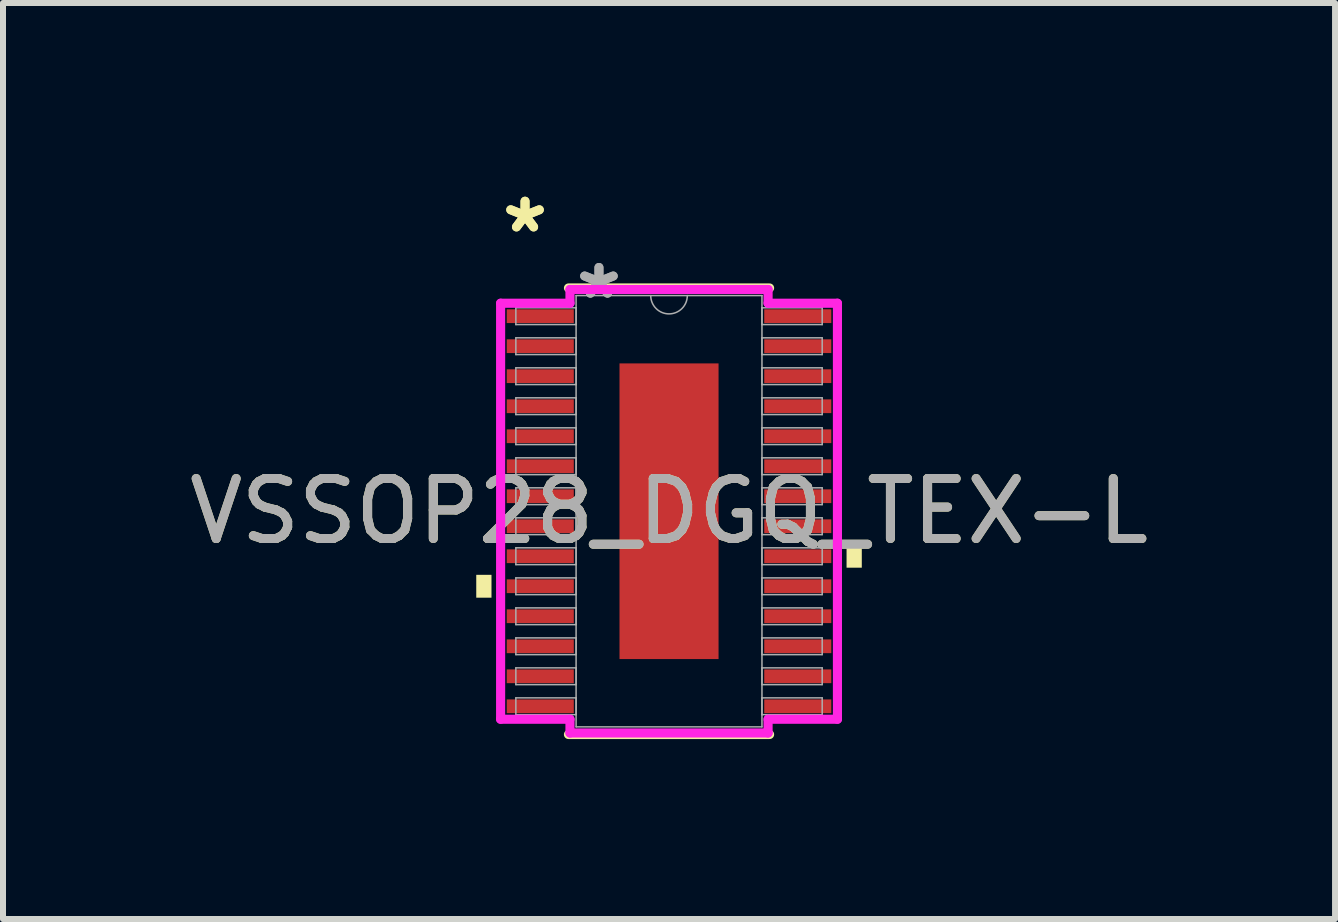
<source format=kicad_pcb>
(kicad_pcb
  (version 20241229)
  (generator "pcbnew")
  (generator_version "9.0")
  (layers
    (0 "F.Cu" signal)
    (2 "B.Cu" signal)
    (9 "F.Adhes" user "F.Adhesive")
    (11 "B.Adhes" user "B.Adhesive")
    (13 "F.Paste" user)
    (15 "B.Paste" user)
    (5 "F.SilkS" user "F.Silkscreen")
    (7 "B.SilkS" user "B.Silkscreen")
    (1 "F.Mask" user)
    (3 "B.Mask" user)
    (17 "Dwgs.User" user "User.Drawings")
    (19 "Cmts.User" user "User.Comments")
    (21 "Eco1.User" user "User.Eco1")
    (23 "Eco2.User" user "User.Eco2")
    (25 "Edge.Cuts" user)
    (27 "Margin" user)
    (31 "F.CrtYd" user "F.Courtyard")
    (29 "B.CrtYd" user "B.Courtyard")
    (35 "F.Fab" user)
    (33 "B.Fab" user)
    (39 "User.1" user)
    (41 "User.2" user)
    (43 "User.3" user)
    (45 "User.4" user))
  (footprint "VSSOP28_DGQ_TEX-L"
    (layer "F.Cu")
    (at 8.101 5.471)
    (property "Reference" "VSSOP28_DGQ_TEX-L" (at 0 0 0) (unlocked yes) (layer "F.SilkS") (effects (font (size 1 1) (thickness 0.15))))
    (attr smd)
    (fp_line (start -1.676 3.721) (end 1.676 3.721) (stroke (width 0.152) (type solid)) (layer "F.SilkS"))
    (fp_line (start 1.676 -3.721) (end -1.676 -3.721) (stroke (width 0.152) (type solid)) (layer "F.SilkS"))
    (fp_poly (pts (xy -3.213 1.06) (xy -3.213 1.441) (xy -2.959 1.441) (xy -2.959 1.06)) (stroke (width 0) (type solid)) (fill yes) (layer "F.SilkS"))
    (fp_poly (pts (xy 3.213 0.56) (xy 3.213 0.941) (xy 2.959 0.941) (xy 2.959 0.56)) (stroke (width 0) (type solid)) (fill yes) (layer "F.SilkS"))
    (fp_poly (pts (xy -0.726 -2.364) (xy -0.726 -0.921) (xy 0.726 -0.921) (xy 0.726 -2.364)) (stroke (width 0) (type solid)) (fill yes) (layer "F.Paste"))
    (fp_poly (pts (xy -0.726 -0.721) (xy -0.726 0.721) (xy 0.726 0.721) (xy 0.726 -0.721)) (stroke (width 0) (type solid)) (fill yes) (layer "F.Paste"))
    (fp_poly (pts (xy -0.726 0.921) (xy -0.726 2.364) (xy 0.726 2.364) (xy 0.726 0.921)) (stroke (width 0) (type solid)) (fill yes) (layer "F.Paste"))
    (fp_line (start -2.807 -3.467) (end -1.651 -3.467) (stroke (width 0.152) (type solid)) (layer "F.CrtYd"))
    (fp_line (start -2.807 3.467) (end -2.807 -3.467) (stroke (width 0.152) (type solid)) (layer "F.CrtYd"))
    (fp_line (start -2.807 3.467) (end -1.651 3.467) (stroke (width 0.152) (type solid)) (layer "F.CrtYd"))
    (fp_line (start -1.651 -3.696) (end 1.651 -3.696) (stroke (width 0.152) (type solid)) (layer "F.CrtYd"))
    (fp_line (start -1.651 -3.467) (end -1.651 -3.696) (stroke (width 0.152) (type solid)) (layer "F.CrtYd"))
    (fp_line (start -1.651 3.696) (end -1.651 3.467) (stroke (width 0.152) (type solid)) (layer "F.CrtYd"))
    (fp_line (start 1.651 -3.696) (end 1.651 -3.467) (stroke (width 0.152) (type solid)) (layer "F.CrtYd"))
    (fp_line (start 1.651 3.467) (end 1.651 3.696) (stroke (width 0.152) (type solid)) (layer "F.CrtYd"))
    (fp_line (start 1.651 3.696) (end -1.651 3.696) (stroke (width 0.152) (type solid)) (layer "F.CrtYd"))
    (fp_line (start 2.807 -3.467) (end 1.651 -3.467) (stroke (width 0.152) (type solid)) (layer "F.CrtYd"))
    (fp_line (start 2.807 -3.467) (end 2.807 3.467) (stroke (width 0.152) (type solid)) (layer "F.CrtYd"))
    (fp_line (start 2.807 3.467) (end 1.651 3.467) (stroke (width 0.152) (type solid)) (layer "F.CrtYd"))
    (fp_line (start -2.553 -3.391) (end -2.553 -3.111) (stroke (width 0.025) (type solid)) (layer "F.Fab"))
    (fp_line (start -2.553 -3.111) (end -1.549 -3.111) (stroke (width 0.025) (type solid)) (layer "F.Fab"))
    (fp_line (start -2.553 -2.89) (end -2.553 -2.611) (stroke (width 0.025) (type solid)) (layer "F.Fab"))
    (fp_line (start -2.553 -2.611) (end -1.549 -2.611) (stroke (width 0.025) (type solid)) (layer "F.Fab"))
    (fp_line (start -2.553 -2.39) (end -2.553 -2.111) (stroke (width 0.025) (type solid)) (layer "F.Fab"))
    (fp_line (start -2.553 -2.111) (end -1.549 -2.111) (stroke (width 0.025) (type solid)) (layer "F.Fab"))
    (fp_line (start -2.553 -1.89) (end -2.553 -1.611) (stroke (width 0.025) (type solid)) (layer "F.Fab"))
    (fp_line (start -2.553 -1.611) (end -1.549 -1.611) (stroke (width 0.025) (type solid)) (layer "F.Fab"))
    (fp_line (start -2.553 -1.39) (end -2.553 -1.111) (stroke (width 0.025) (type solid)) (layer "F.Fab"))
    (fp_line (start -2.553 -1.111) (end -1.549 -1.111) (stroke (width 0.025) (type solid)) (layer "F.Fab"))
    (fp_line (start -2.553 -0.89) (end -2.553 -0.61) (stroke (width 0.025) (type solid)) (layer "F.Fab"))
    (fp_line (start -2.553 -0.61) (end -1.549 -0.61) (stroke (width 0.025) (type solid)) (layer "F.Fab"))
    (fp_line (start -2.553 -0.39) (end -2.553 -0.11) (stroke (width 0.025) (type solid)) (layer "F.Fab"))
    (fp_line (start -2.553 -0.11) (end -1.549 -0.11) (stroke (width 0.025) (type solid)) (layer "F.Fab"))
    (fp_line (start -2.553 0.11) (end -2.553 0.39) (stroke (width 0.025) (type solid)) (layer "F.Fab"))
    (fp_line (start -2.553 0.39) (end -1.549 0.39) (stroke (width 0.025) (type solid)) (layer "F.Fab"))
    (fp_line (start -2.553 0.61) (end -2.553 0.89) (stroke (width 0.025) (type solid)) (layer "F.Fab"))
    (fp_line (start -2.553 0.89) (end -1.549 0.89) (stroke (width 0.025) (type solid)) (layer "F.Fab"))
    (fp_line (start -2.553 1.111) (end -2.553 1.39) (stroke (width 0.025) (type solid)) (layer "F.Fab"))
    (fp_line (start -2.553 1.39) (end -1.549 1.39) (stroke (width 0.025) (type solid)) (layer "F.Fab"))
    (fp_line (start -2.553 1.611) (end -2.553 1.89) (stroke (width 0.025) (type solid)) (layer "F.Fab"))
    (fp_line (start -2.553 1.89) (end -1.549 1.89) (stroke (width 0.025) (type solid)) (layer "F.Fab"))
    (fp_line (start -2.553 2.111) (end -2.553 2.39) (stroke (width 0.025) (type solid)) (layer "F.Fab"))
    (fp_line (start -2.553 2.39) (end -1.549 2.39) (stroke (width 0.025) (type solid)) (layer "F.Fab"))
    (fp_line (start -2.553 2.611) (end -2.553 2.89) (stroke (width 0.025) (type solid)) (layer "F.Fab"))
    (fp_line (start -2.553 2.89) (end -1.549 2.89) (stroke (width 0.025) (type solid)) (layer "F.Fab"))
    (fp_line (start -2.553 3.111) (end -2.553 3.391) (stroke (width 0.025) (type solid)) (layer "F.Fab"))
    (fp_line (start -2.553 3.391) (end -1.549 3.391) (stroke (width 0.025) (type solid)) (layer "F.Fab"))
    (fp_line (start -1.549 -3.594) (end -1.549 3.594) (stroke (width 0.025) (type solid)) (layer "F.Fab"))
    (fp_line (start -1.549 -3.391) (end -2.553 -3.391) (stroke (width 0.025) (type solid)) (layer "F.Fab"))
    (fp_line (start -1.549 -3.111) (end -1.549 -3.391) (stroke (width 0.025) (type solid)) (layer "F.Fab"))
    (fp_line (start -1.549 -2.89) (end -2.553 -2.89) (stroke (width 0.025) (type solid)) (layer "F.Fab"))
    (fp_line (start -1.549 -2.611) (end -1.549 -2.89) (stroke (width 0.025) (type solid)) (layer "F.Fab"))
    (fp_line (start -1.549 -2.39) (end -2.553 -2.39) (stroke (width 0.025) (type solid)) (layer "F.Fab"))
    (fp_line (start -1.549 -2.111) (end -1.549 -2.39) (stroke (width 0.025) (type solid)) (layer "F.Fab"))
    (fp_line (start -1.549 -1.89) (end -2.553 -1.89) (stroke (width 0.025) (type solid)) (layer "F.Fab"))
    (fp_line (start -1.549 -1.611) (end -1.549 -1.89) (stroke (width 0.025) (type solid)) (layer "F.Fab"))
    (fp_line (start -1.549 -1.39) (end -2.553 -1.39) (stroke (width 0.025) (type solid)) (layer "F.Fab"))
    (fp_line (start -1.549 -1.111) (end -1.549 -1.39) (stroke (width 0.025) (type solid)) (layer "F.Fab"))
    (fp_line (start -1.549 -0.89) (end -2.553 -0.89) (stroke (width 0.025) (type solid)) (layer "F.Fab"))
    (fp_line (start -1.549 -0.61) (end -1.549 -0.89) (stroke (width 0.025) (type solid)) (layer "F.Fab"))
    (fp_line (start -1.549 -0.39) (end -2.553 -0.39) (stroke (width 0.025) (type solid)) (layer "F.Fab"))
    (fp_line (start -1.549 -0.11) (end -1.549 -0.39) (stroke (width 0.025) (type solid)) (layer "F.Fab"))
    (fp_line (start -1.549 0.11) (end -2.553 0.11) (stroke (width 0.025) (type solid)) (layer "F.Fab"))
    (fp_line (start -1.549 0.39) (end -1.549 0.11) (stroke (width 0.025) (type solid)) (layer "F.Fab"))
    (fp_line (start -1.549 0.61) (end -2.553 0.61) (stroke (width 0.025) (type solid)) (layer "F.Fab"))
    (fp_line (start -1.549 0.89) (end -1.549 0.61) (stroke (width 0.025) (type solid)) (layer "F.Fab"))
    (fp_line (start -1.549 1.111) (end -2.553 1.111) (stroke (width 0.025) (type solid)) (layer "F.Fab"))
    (fp_line (start -1.549 1.39) (end -1.549 1.111) (stroke (width 0.025) (type solid)) (layer "F.Fab"))
    (fp_line (start -1.549 1.611) (end -2.553 1.611) (stroke (width 0.025) (type solid)) (layer "F.Fab"))
    (fp_line (start -1.549 1.89) (end -1.549 1.611) (stroke (width 0.025) (type solid)) (layer "F.Fab"))
    (fp_line (start -1.549 2.111) (end -2.553 2.111) (stroke (width 0.025) (type solid)) (layer "F.Fab"))
    (fp_line (start -1.549 2.39) (end -1.549 2.111) (stroke (width 0.025) (type solid)) (layer "F.Fab"))
    (fp_line (start -1.549 2.611) (end -2.553 2.611) (stroke (width 0.025) (type solid)) (layer "F.Fab"))
    (fp_line (start -1.549 2.89) (end -1.549 2.611) (stroke (width 0.025) (type solid)) (layer "F.Fab"))
    (fp_line (start -1.549 3.111) (end -2.553 3.111) (stroke (width 0.025) (type solid)) (layer "F.Fab"))
    (fp_line (start -1.549 3.391) (end -1.549 3.111) (stroke (width 0.025) (type solid)) (layer "F.Fab"))
    (fp_line (start -1.549 3.594) (end 1.549 3.594) (stroke (width 0.025) (type solid)) (layer "F.Fab"))
    (fp_line (start 1.549 -3.594) (end -1.549 -3.594) (stroke (width 0.025) (type solid)) (layer "F.Fab"))
    (fp_line (start 1.549 -3.391) (end 1.549 -3.111) (stroke (width 0.025) (type solid)) (layer "F.Fab"))
    (fp_line (start 1.549 -3.111) (end 2.553 -3.111) (stroke (width 0.025) (type solid)) (layer "F.Fab"))
    (fp_line (start 1.549 -2.89) (end 1.549 -2.611) (stroke (width 0.025) (type solid)) (layer "F.Fab"))
    (fp_line (start 1.549 -2.611) (end 2.553 -2.611) (stroke (width 0.025) (type solid)) (layer "F.Fab"))
    (fp_line (start 1.549 -2.39) (end 1.549 -2.111) (stroke (width 0.025) (type solid)) (layer "F.Fab"))
    (fp_line (start 1.549 -2.111) (end 2.553 -2.111) (stroke (width 0.025) (type solid)) (layer "F.Fab"))
    (fp_line (start 1.549 -1.89) (end 1.549 -1.611) (stroke (width 0.025) (type solid)) (layer "F.Fab"))
    (fp_line (start 1.549 -1.611) (end 2.553 -1.611) (stroke (width 0.025) (type solid)) (layer "F.Fab"))
    (fp_line (start 1.549 -1.39) (end 1.549 -1.111) (stroke (width 0.025) (type solid)) (layer "F.Fab"))
    (fp_line (start 1.549 -1.111) (end 2.553 -1.111) (stroke (width 0.025) (type solid)) (layer "F.Fab"))
    (fp_line (start 1.549 -0.89) (end 1.549 -0.61) (stroke (width 0.025) (type solid)) (layer "F.Fab"))
    (fp_line (start 1.549 -0.61) (end 2.553 -0.61) (stroke (width 0.025) (type solid)) (layer "F.Fab"))
    (fp_line (start 1.549 -0.39) (end 1.549 -0.11) (stroke (width 0.025) (type solid)) (layer "F.Fab"))
    (fp_line (start 1.549 -0.11) (end 2.553 -0.11) (stroke (width 0.025) (type solid)) (layer "F.Fab"))
    (fp_line (start 1.549 0.11) (end 1.549 0.39) (stroke (width 0.025) (type solid)) (layer "F.Fab"))
    (fp_line (start 1.549 0.39) (end 2.553 0.39) (stroke (width 0.025) (type solid)) (layer "F.Fab"))
    (fp_line (start 1.549 0.61) (end 1.549 0.89) (stroke (width 0.025) (type solid)) (layer "F.Fab"))
    (fp_line (start 1.549 0.89) (end 2.553 0.89) (stroke (width 0.025) (type solid)) (layer "F.Fab"))
    (fp_line (start 1.549 1.111) (end 1.549 1.39) (stroke (width 0.025) (type solid)) (layer "F.Fab"))
    (fp_line (start 1.549 1.39) (end 2.553 1.39) (stroke (width 0.025) (type solid)) (layer "F.Fab"))
    (fp_line (start 1.549 1.611) (end 1.549 1.89) (stroke (width 0.025) (type solid)) (layer "F.Fab"))
    (fp_line (start 1.549 1.89) (end 2.553 1.89) (stroke (width 0.025) (type solid)) (layer "F.Fab"))
    (fp_line (start 1.549 2.111) (end 1.549 2.39) (stroke (width 0.025) (type solid)) (layer "F.Fab"))
    (fp_line (start 1.549 2.39) (end 2.553 2.39) (stroke (width 0.025) (type solid)) (layer "F.Fab"))
    (fp_line (start 1.549 2.611) (end 1.549 2.89) (stroke (width 0.025) (type solid)) (layer "F.Fab"))
    (fp_line (start 1.549 2.89) (end 2.553 2.89) (stroke (width 0.025) (type solid)) (layer "F.Fab"))
    (fp_line (start 1.549 3.111) (end 1.549 3.391) (stroke (width 0.025) (type solid)) (layer "F.Fab"))
    (fp_line (start 1.549 3.391) (end 2.553 3.391) (stroke (width 0.025) (type solid)) (layer "F.Fab"))
    (fp_line (start 1.549 3.594) (end 1.549 -3.594) (stroke (width 0.025) (type solid)) (layer "F.Fab"))
    (fp_line (start 2.553 -3.391) (end 1.549 -3.391) (stroke (width 0.025) (type solid)) (layer "F.Fab"))
    (fp_line (start 2.553 -3.111) (end 2.553 -3.391) (stroke (width 0.025) (type solid)) (layer "F.Fab"))
    (fp_line (start 2.553 -2.89) (end 1.549 -2.89) (stroke (width 0.025) (type solid)) (layer "F.Fab"))
    (fp_line (start 2.553 -2.611) (end 2.553 -2.89) (stroke (width 0.025) (type solid)) (layer "F.Fab"))
    (fp_line (start 2.553 -2.39) (end 1.549 -2.39) (stroke (width 0.025) (type solid)) (layer "F.Fab"))
    (fp_line (start 2.553 -2.111) (end 2.553 -2.39) (stroke (width 0.025) (type solid)) (layer "F.Fab"))
    (fp_line (start 2.553 -1.89) (end 1.549 -1.89) (stroke (width 0.025) (type solid)) (layer "F.Fab"))
    (fp_line (start 2.553 -1.611) (end 2.553 -1.89) (stroke (width 0.025) (type solid)) (layer "F.Fab"))
    (fp_line (start 2.553 -1.39) (end 1.549 -1.39) (stroke (width 0.025) (type solid)) (layer "F.Fab"))
    (fp_line (start 2.553 -1.111) (end 2.553 -1.39) (stroke (width 0.025) (type solid)) (layer "F.Fab"))
    (fp_line (start 2.553 -0.89) (end 1.549 -0.89) (stroke (width 0.025) (type solid)) (layer "F.Fab"))
    (fp_line (start 2.553 -0.61) (end 2.553 -0.89) (stroke (width 0.025) (type solid)) (layer "F.Fab"))
    (fp_line (start 2.553 -0.39) (end 1.549 -0.39) (stroke (width 0.025) (type solid)) (layer "F.Fab"))
    (fp_line (start 2.553 -0.11) (end 2.553 -0.39) (stroke (width 0.025) (type solid)) (layer "F.Fab"))
    (fp_line (start 2.553 0.11) (end 1.549 0.11) (stroke (width 0.025) (type solid)) (layer "F.Fab"))
    (fp_line (start 2.553 0.39) (end 2.553 0.11) (stroke (width 0.025) (type solid)) (layer "F.Fab"))
    (fp_line (start 2.553 0.61) (end 1.549 0.61) (stroke (width 0.025) (type solid)) (layer "F.Fab"))
    (fp_line (start 2.553 0.89) (end 2.553 0.61) (stroke (width 0.025) (type solid)) (layer "F.Fab"))
    (fp_line (start 2.553 1.111) (end 1.549 1.111) (stroke (width 0.025) (type solid)) (layer "F.Fab"))
    (fp_line (start 2.553 1.39) (end 2.553 1.111) (stroke (width 0.025) (type solid)) (layer "F.Fab"))
    (fp_line (start 2.553 1.611) (end 1.549 1.611) (stroke (width 0.025) (type solid)) (layer "F.Fab"))
    (fp_line (start 2.553 1.89) (end 2.553 1.611) (stroke (width 0.025) (type solid)) (layer "F.Fab"))
    (fp_line (start 2.553 2.111) (end 1.549 2.111) (stroke (width 0.025) (type solid)) (layer "F.Fab"))
    (fp_line (start 2.553 2.39) (end 2.553 2.111) (stroke (width 0.025) (type solid)) (layer "F.Fab"))
    (fp_line (start 2.553 2.611) (end 1.549 2.611) (stroke (width 0.025) (type solid)) (layer "F.Fab"))
    (fp_line (start 2.553 2.89) (end 2.553 2.611) (stroke (width 0.025) (type solid)) (layer "F.Fab"))
    (fp_line (start 2.553 3.111) (end 1.549 3.111) (stroke (width 0.025) (type solid)) (layer "F.Fab"))
    (fp_line (start 2.553 3.391) (end 2.553 3.111) (stroke (width 0.025) (type solid)) (layer "F.Fab"))
    (fp_arc (start 0.3048 -3.5941) (mid 0 -3.2893) (end -0.3048 -3.5941) (stroke (width 0.0254) (type solid)) (layer "F.Fab"))
    (fp_text user "*" (at -2.4 -4.622 0) (layer "F.SilkS") (effects (font (size 1 1) (thickness 0.15))))
    (fp_text user "*" (at -2.4 -4.622 0) (unlocked yes) (layer "F.SilkS") (effects (font (size 1 1) (thickness 0.15))))
    (fp_text user "*" (at -1.168 -3.518 0) (layer "F.Fab") (effects (font (size 1 1) (thickness 0.15))))
    (fp_text user "*" (at -1.168 -3.518 0) (unlocked yes) (layer "F.Fab") (effects (font (size 1 1) (thickness 0.15))))
    (fp_text user "${REFERENCE}" (at 0 0 0) (unlocked yes) (layer "F.Fab") (effects (font (size 1 1) (thickness 0.15))))
    (pad "1" smd rect (at -2.146 -3.251) (size 1.118 0.229) (layers "F.Cu" "F.Mask" "F.Paste"))
    (pad "2" smd rect (at -2.146 -2.751) (size 1.118 0.229) (layers "F.Cu" "F.Mask" "F.Paste"))
    (pad "3" smd rect (at -2.146 -2.251) (size 1.118 0.229) (layers "F.Cu" "F.Mask" "F.Paste"))
    (pad "4" smd rect (at -2.146 -1.75) (size 1.118 0.229) (layers "F.Cu" "F.Mask" "F.Paste"))
    (pad "5" smd rect (at -2.146 -1.25) (size 1.118 0.229) (layers "F.Cu" "F.Mask" "F.Paste"))
    (pad "6" smd rect (at -2.146 -0.75) (size 1.118 0.229) (layers "F.Cu" "F.Mask" "F.Paste"))
    (pad "7" smd rect (at -2.146 -0.25) (size 1.118 0.229) (layers "F.Cu" "F.Mask" "F.Paste"))
    (pad "8" smd rect (at -2.146 0.25) (size 1.118 0.229) (layers "F.Cu" "F.Mask" "F.Paste"))
    (pad "9" smd rect (at -2.146 0.75) (size 1.118 0.229) (layers "F.Cu" "F.Mask" "F.Paste"))
    (pad "10" smd rect (at -2.146 1.25) (size 1.118 0.229) (layers "F.Cu" "F.Mask" "F.Paste"))
    (pad "11" smd rect (at -2.146 1.75) (size 1.118 0.229) (layers "F.Cu" "F.Mask" "F.Paste"))
    (pad "12" smd rect (at -2.146 2.251) (size 1.118 0.229) (layers "F.Cu" "F.Mask" "F.Paste"))
    (pad "13" smd rect (at -2.146 2.751) (size 1.118 0.229) (layers "F.Cu" "F.Mask" "F.Paste"))
    (pad "14" smd rect (at -2.146 3.251) (size 1.118 0.229) (layers "F.Cu" "F.Mask" "F.Paste"))
    (pad "15" smd rect (at 2.146 3.251) (size 1.118 0.229) (layers "F.Cu" "F.Mask" "F.Paste"))
    (pad "16" smd rect (at 2.146 2.751) (size 1.118 0.229) (layers "F.Cu" "F.Mask" "F.Paste"))
    (pad "17" smd rect (at 2.146 2.251) (size 1.118 0.229) (layers "F.Cu" "F.Mask" "F.Paste"))
    (pad "18" smd rect (at 2.146 1.75) (size 1.118 0.229) (layers "F.Cu" "F.Mask" "F.Paste"))
    (pad "19" smd rect (at 2.146 1.25) (size 1.118 0.229) (layers "F.Cu" "F.Mask" "F.Paste"))
    (pad "20" smd rect (at 2.146 0.75) (size 1.118 0.229) (layers "F.Cu" "F.Mask" "F.Paste"))
    (pad "21" smd rect (at 2.146 0.25) (size 1.118 0.229) (layers "F.Cu" "F.Mask" "F.Paste"))
    (pad "22" smd rect (at 2.146 -0.25) (size 1.118 0.229) (layers "F.Cu" "F.Mask" "F.Paste"))
    (pad "23" smd rect (at 2.146 -0.75) (size 1.118 0.229) (layers "F.Cu" "F.Mask" "F.Paste"))
    (pad "24" smd rect (at 2.146 -1.25) (size 1.118 0.229) (layers "F.Cu" "F.Mask" "F.Paste"))
    (pad "25" smd rect (at 2.146 -1.75) (size 1.118 0.229) (layers "F.Cu" "F.Mask" "F.Paste"))
    (pad "26" smd rect (at 2.146 -2.251) (size 1.118 0.229) (layers "F.Cu" "F.Mask" "F.Paste"))
    (pad "27" smd rect (at 2.146 -2.751) (size 1.118 0.229) (layers "F.Cu" "F.Mask" "F.Paste"))
    (pad "28" smd rect (at 2.146 -3.251) (size 1.118 0.229) (layers "F.Cu" "F.Mask" "F.Paste"))
    (pad "EPAD" smd rect (at 0 0) (size 1.651 4.928) (layers "F.Cu" "F.Mask")))
  (gr_rect
    (start -3 -3)
    (end 19.202 12.268)
    (stroke (width 0.1) (type default))
    (fill no)
    (layer "Edge.Cuts")))
</source>
